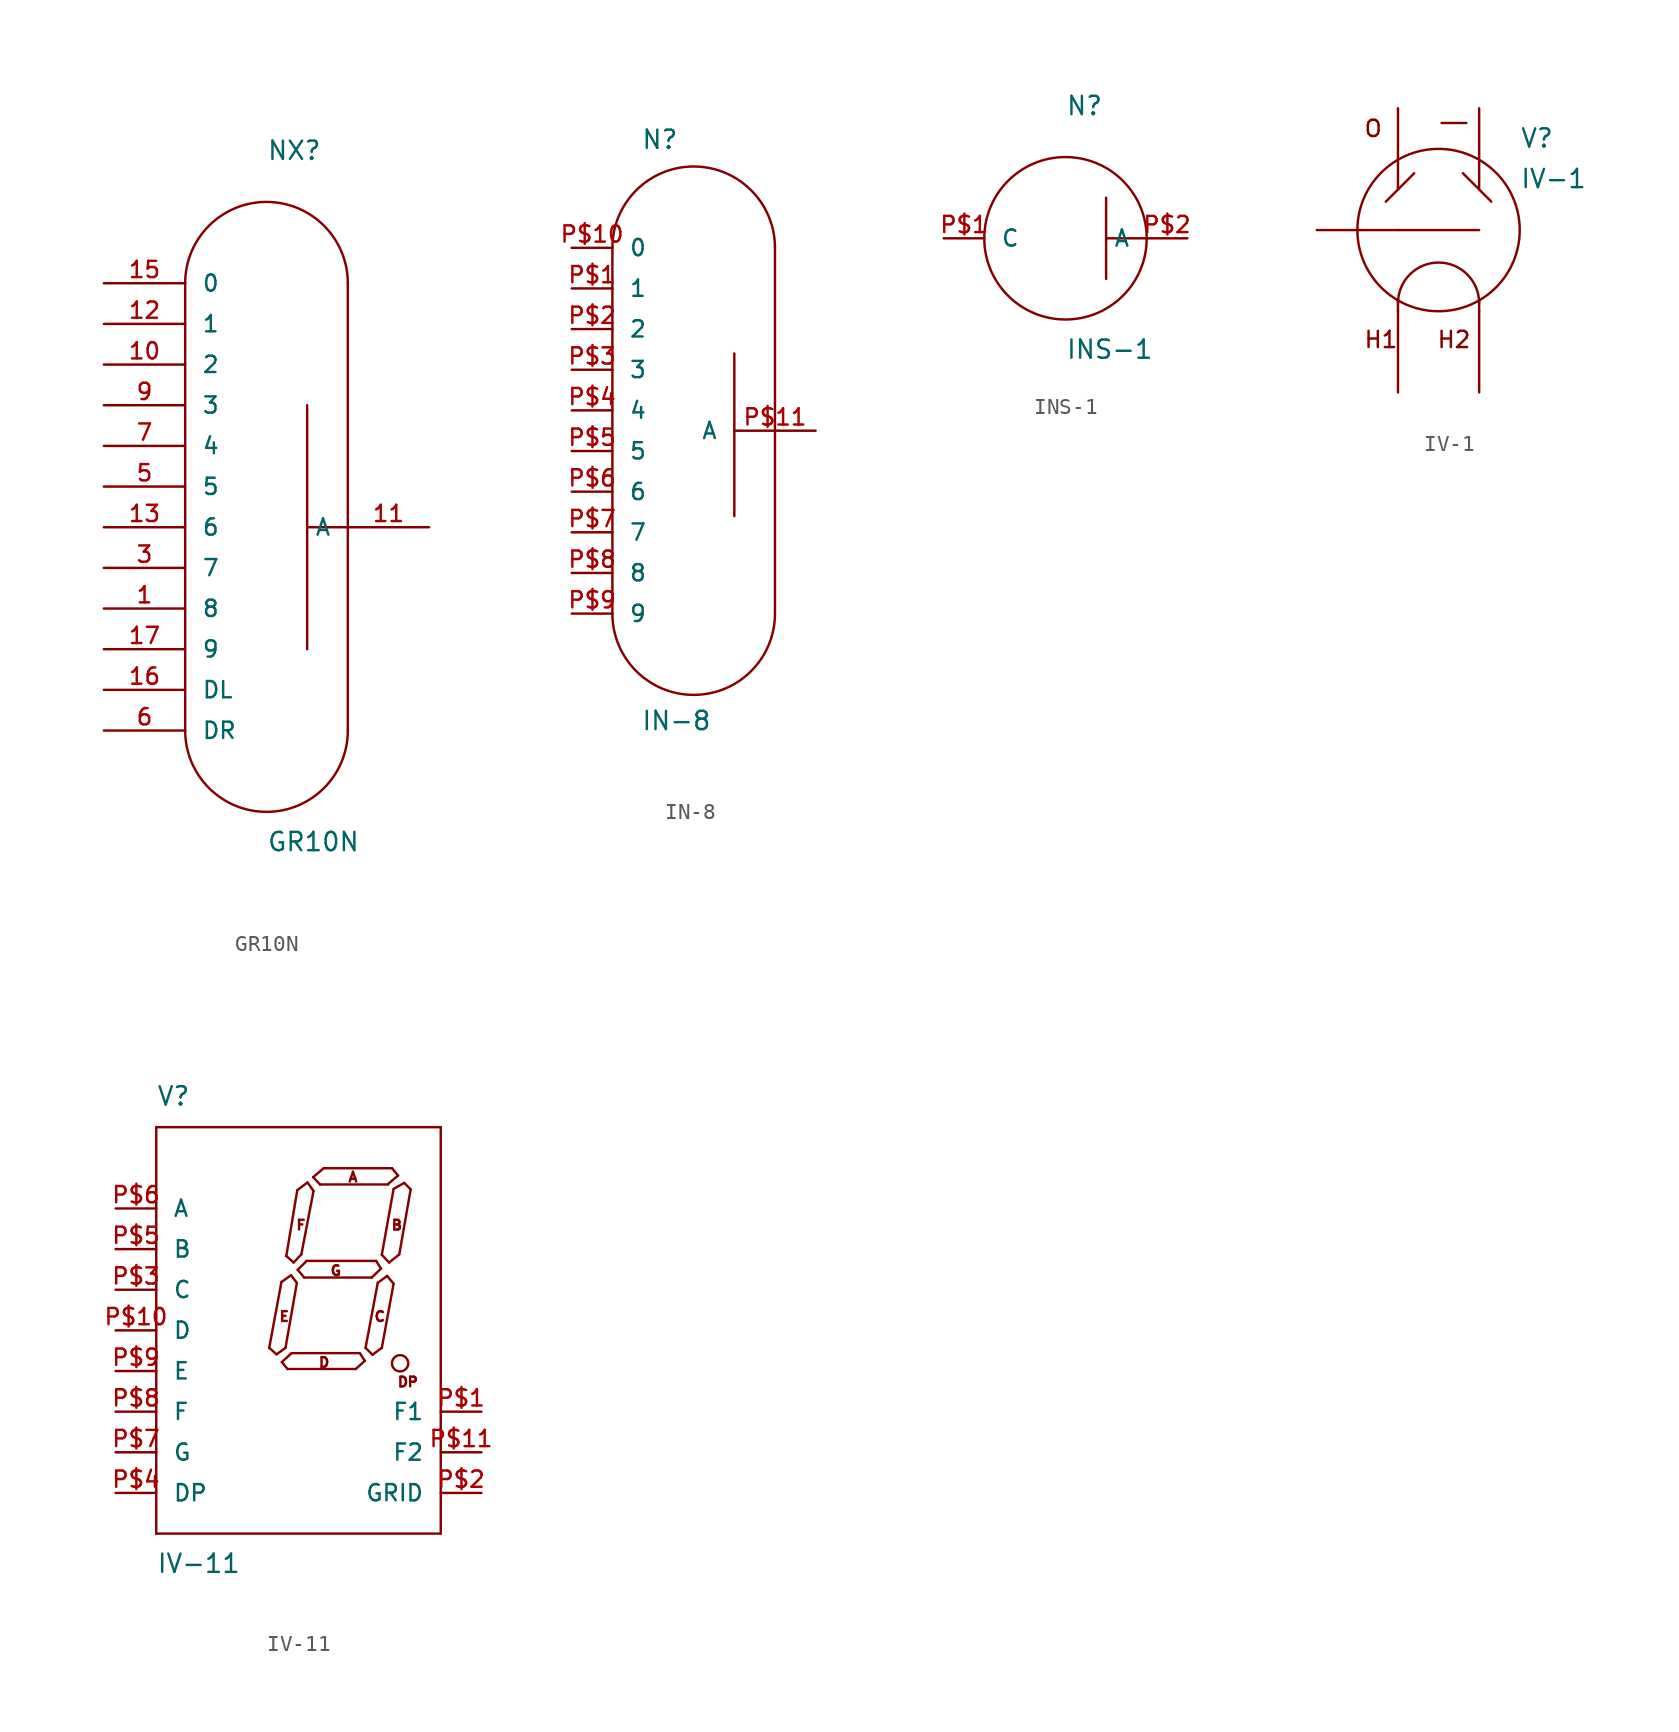
<source format=kicad_sym>
(kicad_symbol_lib
  (version 20241209)
  (generator "kicad_symbol_editor")
  (generator_version "9.0")
  (symbol "GR10N"
    (pin_names
      (offset 1.016))
    (property "Reference" "NX"
      (at 0 22.86 0)
      (effects (font (size 1.143 1.143)) (justify left bottom)))
    (property "Value" "GR10N"
      (at 0 -20.32 0)
      (effects (font (size 1.143 1.143)) (justify left bottom)))
    (property "ki_locked" ""
      (at 0 0 0)
      (effects (font (size 1.27 1.27))))
    (symbol "GR10N_1_0"
      (polyline (pts (xy -5.08 15.24) (xy -5.08 -12.7)) (stroke (width 0) (type default)) (fill (type none)))
      (polyline (pts (xy 2.54 -7.62) (xy 2.54 7.62)) (stroke (width 0) (type default)) (fill (type none)))
      (polyline (pts (xy 5.08 15.24) (xy 5.08 -12.7)) (stroke (width 0) (type default)) (fill (type none)))
      (polyline (pts (xy 5.08 0) (xy 2.54 0)) (stroke (width 0) (type default)) (fill (type none))))
    (symbol "GR10N_1_1"
      (arc (start -5.08 15.24) (mid 0 20.2978) (end 5.08 15.24) (stroke (width 0) (type default)) (fill (type none)))
      (arc (start 5.08 -12.7) (mid 0 -17.7578) (end -5.08 -12.7) (stroke (width 0) (type default)) (fill (type none)))
      (pin passive line (at -10.16 15.24 0) (length 5.08) (name "0" (effects (font (size 1.016 1.016)))) (number "15" (effects (font (size 1.016 1.016)))))
      (pin passive line (at -10.16 12.7 0) (length 5.08) (name "1" (effects (font (size 1.016 1.016)))) (number "12" (effects (font (size 1.016 1.016)))))
      (pin passive line (at -10.16 10.16 0) (length 5.08) (name "2" (effects (font (size 1.016 1.016)))) (number "10" (effects (font (size 1.016 1.016)))))
      (pin passive line (at -10.16 7.62 0) (length 5.08) (name "3" (effects (font (size 1.016 1.016)))) (number "9" (effects (font (size 1.016 1.016)))))
      (pin passive line (at -10.16 5.08 0) (length 5.08) (name "4" (effects (font (size 1.016 1.016)))) (number "7" (effects (font (size 1.016 1.016)))))
      (pin passive line (at -10.16 2.54 0) (length 5.08) (name "5" (effects (font (size 1.016 1.016)))) (number "5" (effects (font (size 1.016 1.016)))))
      (pin passive line (at -10.16 0 0) (length 5.08) (name "6" (effects (font (size 1.016 1.016)))) (number "13" (effects (font (size 1.016 1.016)))))
      (pin passive line (at -10.16 -2.54 0) (length 5.08) (name "7" (effects (font (size 1.016 1.016)))) (number "3" (effects (font (size 1.016 1.016)))))
      (pin passive line (at -10.16 -5.08 0) (length 5.08) (name "8" (effects (font (size 1.016 1.016)))) (number "1" (effects (font (size 1.016 1.016)))))
      (pin passive line (at -10.16 -7.62 0) (length 5.08) (name "9" (effects (font (size 1.016 1.016)))) (number "17" (effects (font (size 1.016 1.016)))))
      (pin passive line (at -10.16 -10.16 0) (length 5.08) (name "DL" (effects (font (size 1.016 1.016)))) (number "16" (effects (font (size 1.016 1.016)))))
      (pin passive line (at -10.16 -12.7 0) (length 5.08) (name "DR" (effects (font (size 1.016 1.016)))) (number "6" (effects (font (size 1.016 1.016)))))
      (pin passive line (at 10.16 0 180) (length 5.08) (name "A" (effects (font (size 1.016 1.016)))) (number "11" (effects (font (size 1.016 1.016)))))))
  (symbol "IN-8"
    (pin_names
      (offset 1.016))
    (property "Reference" "N"
      (at -38.862 41.656 0)
      (effects (font (size 1.143 1.143)) (justify left bottom)))
    (property "Value" "IN-8"
      (at -38.862 5.334 0)
      (effects (font (size 1.143 1.143)) (justify left bottom)))
    (property "ki_locked" ""
      (at 0 0 0)
      (effects (font (size 1.27 1.27))))
    (symbol "IN-8_1_0"
      (polyline (pts (xy -40.64 35.56) (xy -40.64 12.7)) (stroke (width 0) (type default)) (fill (type none)))
      (polyline (pts (xy -33.02 28.956) (xy -33.02 18.796)) (stroke (width 0) (type default)) (fill (type none)))
      (polyline (pts (xy -30.48 35.56) (xy -30.48 12.7)) (stroke (width 0) (type default)) (fill (type none))))
    (symbol "IN-8_1_1"
      (arc (start -40.64 35.56) (mid -35.56 40.6178) (end -30.48 35.56) (stroke (width 0) (type default)) (fill (type none)))
      (arc (start -30.48 12.7) (mid -35.56 7.6421) (end -40.64 12.7) (stroke (width 0) (type default)) (fill (type none)))
      (pin passive line (at -43.18 35.56 0) (length 2.54) (name "0" (effects (font (size 1.016 1.016)))) (number "P$10" (effects (font (size 1.016 1.016)))))
      (pin passive line (at -43.18 33.02 0) (length 2.54) (name "1" (effects (font (size 1.016 1.016)))) (number "P$1" (effects (font (size 1.016 1.016)))))
      (pin passive line (at -43.18 30.48 0) (length 2.54) (name "2" (effects (font (size 1.016 1.016)))) (number "P$2" (effects (font (size 1.016 1.016)))))
      (pin passive line (at -43.18 27.94 0) (length 2.54) (name "3" (effects (font (size 1.016 1.016)))) (number "P$3" (effects (font (size 1.016 1.016)))))
      (pin passive line (at -43.18 25.4 0) (length 2.54) (name "4" (effects (font (size 1.016 1.016)))) (number "P$4" (effects (font (size 1.016 1.016)))))
      (pin passive line (at -43.18 22.86 0) (length 2.54) (name "5" (effects (font (size 1.016 1.016)))) (number "P$5" (effects (font (size 1.016 1.016)))))
      (pin passive line (at -43.18 20.32 0) (length 2.54) (name "6" (effects (font (size 1.016 1.016)))) (number "P$6" (effects (font (size 1.016 1.016)))))
      (pin passive line (at -43.18 17.78 0) (length 2.54) (name "7" (effects (font (size 1.016 1.016)))) (number "P$7" (effects (font (size 1.016 1.016)))))
      (pin passive line (at -43.18 15.24 0) (length 2.54) (name "8" (effects (font (size 1.016 1.016)))) (number "P$8" (effects (font (size 1.016 1.016)))))
      (pin passive line (at -43.18 12.7 0) (length 2.54) (name "9" (effects (font (size 1.016 1.016)))) (number "P$9" (effects (font (size 1.016 1.016)))))
      (pin passive line (at -27.94 24.13 180) (length 5.08) (name "A" (effects (font (size 1.016 1.016)))) (number "P$11" (effects (font (size 1.016 1.016)))))))
  (symbol "INS-1"
    (pin_names
      (offset 1.016))
    (property "Reference" "N"
      (at 0 7.62 0)
      (effects (font (size 1.143 1.143)) (justify left bottom)))
    (property "Value" "INS-1"
      (at 0 -7.62 0)
      (effects (font (size 1.143 1.143)) (justify left bottom)))
    (property "ki_locked" ""
      (at 0 0 0)
      (effects (font (size 1.27 1.27))))
    (symbol "INS-1_1_0"
      (polyline (pts (xy 2.54 0) (xy 2.54 2.54)) (stroke (width 0) (type default)) (fill (type none)))
      (polyline (pts (xy 2.54 0) (xy 5.08 0)) (stroke (width 0) (type default)) (fill (type none)))
      (polyline (pts (xy 2.54 -2.54) (xy 2.54 0)) (stroke (width 0) (type default)) (fill (type none))))
    (symbol "INS-1_1_1"
      (circle (center 0 0) (radius 5.08) (stroke (width 0) (type default)) (fill (type none)))
      (pin passive line (at -7.62 0 0) (length 2.54) (name "C" (effects (font (size 1.016 1.016)))) (number "P$1" (effects (font (size 1.016 1.016)))))
      (pin passive line (at 7.62 0 180) (length 2.54) (name "A" (effects (font (size 1.016 1.016)))) (number "P$2" (effects (font (size 1.016 1.016)))))))
  (symbol "IV-1"
    (pin_numbers
      (hide yes))
    (pin_names
      (offset 1.016)
      (hide yes))
    (property "Reference" "V"
      (at 5.08 5.08 0)
      (effects (font (size 1.143 1.143)) (justify left bottom)))
    (property "Value" "IV-1"
      (at 5.08 2.54 0)
      (effects (font (size 1.143 1.143)) (justify left bottom)))
    (property "ki_locked" ""
      (at 0 0 0)
      (effects (font (size 1.27 1.27))))
    (symbol "IV-1_1_0"
      (polyline (pts (xy -3.302 1.778) (xy -1.524 3.556)) (stroke (width 0) (type default)) (fill (type none)))
      (polyline (pts (xy -2.54 0) (xy 2.54 0)) (stroke (width 0) (type default)) (fill (type none)))
      (polyline (pts (xy -2.54 -5.08) (xy -2.54 -4.318)) (stroke (width 0) (type default)) (fill (type none)))
      (polyline (pts (xy 1.524 3.556) (xy 3.302 1.778)) (stroke (width 0) (type default)) (fill (type none)))
      (polyline (pts (xy 2.54 -5.08) (xy 2.54 -4.318)) (stroke (width 0) (type default)) (fill (type none)))
      (text "O" (at -4.089 6.35 0) (effects (font (size 1.016 1.016))))
      (text "H1" (at -3.607 -6.858 0) (effects (font (size 1.016 1.016))))
      (text "-" (at 0.965 6.858 0) (effects (font (size 2.032 2.032))))
      (text "H2" (at 0.965 -6.858 0) (effects (font (size 1.016 1.016)))))
    (symbol "IV-1_1_1"
      (circle (center 0 0) (radius 5.08) (stroke (width 0) (type default)) (fill (type none)))
      (arc (start -2.54 -4.572) (mid 0 -2.043) (end 2.54 -4.572) (stroke (width 0) (type default)) (fill (type none)))
      (pin passive line (at -7.62 0 0) (length 5.08) (name "G" (effects (font (size 1.016 1.016)))) (number "G" (effects (font (size 1.016 1.016)))))
      (pin passive line (at -2.54 7.62 270) (length 5.08) (name "O" (effects (font (size 1.016 1.016)))) (number "O" (effects (font (size 1.016 1.016)))))
      (pin passive line (at -2.54 -10.16 90) (length 5.08) (name "H1" (effects (font (size 1.016 1.016)))) (number "F1" (effects (font (size 1.016 1.016)))))
      (pin passive line (at 2.54 7.62 270) (length 5.08) (name "-" (effects (font (size 1.016 1.016)))) (number "-" (effects (font (size 1.016 1.016)))))
      (pin passive line (at 2.54 -10.16 90) (length 5.08) (name "H2" (effects (font (size 1.016 1.016)))) (number "F2" (effects (font (size 1.016 1.016)))))))
  (symbol "IV-11"
    (pin_names
      (offset 1.016))
    (property "Reference" "V"
      (at -10.16 16.51 0)
      (effects (font (size 1.143 1.143)) (justify left bottom)))
    (property "Value" "IV-11"
      (at -10.16 -12.7 0)
      (effects (font (size 1.143 1.143)) (justify left bottom)))
    (property "ki_locked" ""
      (at 0 0 0)
      (effects (font (size 1.27 1.27))))
    (symbol "IV-11_1_0"
      (polyline (pts (xy -10.16 15.24) (xy 7.62 15.24)) (stroke (width 0) (type default)) (fill (type none)))
      (polyline (pts (xy -10.16 -10.16) (xy -10.16 15.24)) (stroke (width 0) (type default)) (fill (type none)))
      (polyline (pts (xy -3.099 1.448) (xy -2.337 5.563)) (stroke (width 0) (type default)) (fill (type none)))
      (polyline (pts (xy -2.642 1.041) (xy -3.099 1.448)) (stroke (width 0) (type default)) (fill (type none)))
      (polyline (pts (xy -2.337 5.563) (xy -1.727 5.994)) (stroke (width 0) (type default)) (fill (type none)))
      (polyline (pts (xy -2.311 0.559) (xy -1.702 1.118)) (stroke (width 0) (type default)) (fill (type none)))
      (polyline (pts (xy -2.083 1.448) (xy -2.642 1.041)) (stroke (width 0) (type default)) (fill (type none)))
      (polyline (pts (xy -2.032 7.188) (xy -1.346 11.303)) (stroke (width 0) (type default)) (fill (type none)))
      (polyline (pts (xy -1.956 0.127) (xy -2.311 0.559)) (stroke (width 0) (type default)) (fill (type none)))
      (polyline (pts (xy -1.727 5.969) (xy -1.372 5.512)) (stroke (width 0) (type default)) (fill (type none)))
      (polyline (pts (xy -1.702 1.118) (xy 2.515 1.118)) (stroke (width 0) (type default)) (fill (type none)))
      (polyline (pts (xy -1.575 6.782) (xy -2.032 7.188)) (stroke (width 0) (type default)) (fill (type none)))
      (polyline (pts (xy -1.372 5.512) (xy -2.083 1.448)) (stroke (width 0) (type default)) (fill (type none)))
      (polyline (pts (xy -1.346 11.303) (xy -0.711 11.786)) (stroke (width 0) (type default)) (fill (type none)))
      (polyline (pts (xy -1.321 6.325) (xy -0.762 6.883)) (stroke (width 0) (type default)) (fill (type none)))
      (polyline (pts (xy -1.092 7.29) (xy -1.575 6.782)) (stroke (width 0) (type default)) (fill (type none)))
      (polyline (pts (xy -0.914 5.842) (xy -1.321 6.325)) (stroke (width 0) (type default)) (fill (type none)))
      (polyline (pts (xy -0.762 6.883) (xy 3.581 6.883)) (stroke (width 0) (type default)) (fill (type none)))
      (polyline (pts (xy -0.711 11.786) (xy -0.33 11.252)) (stroke (width 0) (type default)) (fill (type none)))
      (polyline (pts (xy -0.356 12.116) (xy 0.305 12.675)) (stroke (width 0) (type default)) (fill (type none)))
      (polyline (pts (xy -0.33 11.252) (xy -1.092 7.29)) (stroke (width 0) (type default)) (fill (type none)))
      (polyline (pts (xy 0.076 11.659) (xy -0.356 12.116)) (stroke (width 0) (type default)) (fill (type none)))
      (polyline (pts (xy 0.305 12.675) (xy 4.572 12.675)) (stroke (width 0) (type default)) (fill (type none)))
      (polyline (pts (xy 2.311 0.127) (xy -1.956 0.127)) (stroke (width 0) (type default)) (fill (type none)))
      (polyline (pts (xy 2.565 1.118) (xy 2.87 0.635)) (stroke (width 0) (type default)) (fill (type none)))
      (polyline (pts (xy 2.87 0.635) (xy 2.311 0.127)) (stroke (width 0) (type default)) (fill (type none)))
      (polyline (pts (xy 2.921 1.448) (xy 3.683 5.512)) (stroke (width 0) (type default)) (fill (type none)))
      (polyline (pts (xy 3.302 5.842) (xy -0.914 5.842)) (stroke (width 0) (type default)) (fill (type none)))
      (polyline (pts (xy 3.302 5.842) (xy 3.302 5.842)) (stroke (width 0) (type default)) (fill (type none)))
      (polyline (pts (xy 3.353 1.016) (xy 2.921 1.448)) (stroke (width 0) (type default)) (fill (type none)))
      (polyline (pts (xy 3.581 6.883) (xy 3.886 6.401)) (stroke (width 0) (type default)) (fill (type none)))
      (polyline (pts (xy 3.683 5.512) (xy 4.267 5.944)) (stroke (width 0) (type default)) (fill (type none)))
      (polyline (pts (xy 3.886 6.401) (xy 3.302 5.842)) (stroke (width 0) (type default)) (fill (type none)))
      (polyline (pts (xy 3.937 7.264) (xy 4.674 11.379)) (stroke (width 0) (type default)) (fill (type none)))
      (polyline (pts (xy 3.937 1.448) (xy 3.353 1.016)) (stroke (width 0) (type default)) (fill (type none)))
      (polyline (pts (xy 4.267 5.944) (xy 4.674 5.461)) (stroke (width 0) (type default)) (fill (type none)))
      (polyline (pts (xy 4.343 11.659) (xy 0.076 11.659)) (stroke (width 0) (type default)) (fill (type none)))
      (polyline (pts (xy 4.394 6.782) (xy 3.937 7.264)) (stroke (width 0) (type default)) (fill (type none)))
      (polyline (pts (xy 4.572 12.675) (xy 4.953 12.217)) (stroke (width 0) (type default)) (fill (type none)))
      (polyline (pts (xy 4.674 11.379) (xy 5.334 11.76)) (stroke (width 0) (type default)) (fill (type none)))
      (polyline (pts (xy 4.674 5.461) (xy 3.937 1.448)) (stroke (width 0) (type default)) (fill (type none)))
      (polyline (pts (xy 4.953 12.217) (xy 4.318 11.684)) (stroke (width 0) (type default)) (fill (type none)))
      (polyline (pts (xy 5.029 7.29) (xy 4.394 6.782)) (stroke (width 0) (type default)) (fill (type none)))
      (polyline (pts (xy 5.334 11.76) (xy 5.74 11.354)) (stroke (width 0) (type default)) (fill (type none)))
      (polyline (pts (xy 5.74 11.354) (xy 5.029 7.29)) (stroke (width 0) (type default)) (fill (type none)))
      (polyline (pts (xy 7.62 15.24) (xy 7.62 -10.16)) (stroke (width 0) (type default)) (fill (type none)))
      (polyline (pts (xy 7.62 -10.16) (xy -10.16 -10.16)) (stroke (width 0) (type default)) (fill (type none)))
      (text "E" (at -2.159 3.404 0) (effects (font (size 0.61 0.61))))
      (text "F" (at -1.118 9.119 0) (effects (font (size 0.61 0.61))))
      (text "D" (at 0.33 0.533 0) (effects (font (size 0.61 0.61))))
      (text "G" (at 1.067 6.274 0) (effects (font (size 0.61 0.61))))
      (text "A" (at 2.134 12.116 0) (effects (font (size 0.61 0.61))))
      (text "C" (at 3.81 3.404 0) (effects (font (size 0.61 0.61))))
      (text "B" (at 4.877 9.119 0) (effects (font (size 0.61 0.61))))
      (text "DP" (at 5.563 -0.686 0) (effects (font (size 0.61 0.61)))))
    (symbol "IV-11_1_1"
      (circle (center 5.08 0.483) (radius 0.508) (stroke (width 0) (type default)) (fill (type none)))
      (pin passive line (at -12.7 10.16 0) (length 2.54) (name "A" (effects (font (size 1.016 1.016)))) (number "P$6" (effects (font (size 1.016 1.016)))))
      (pin passive line (at -12.7 7.62 0) (length 2.54) (name "B" (effects (font (size 1.016 1.016)))) (number "P$5" (effects (font (size 1.016 1.016)))))
      (pin passive line (at -12.7 5.08 0) (length 2.54) (name "C" (effects (font (size 1.016 1.016)))) (number "P$3" (effects (font (size 1.016 1.016)))))
      (pin passive line (at -12.7 2.54 0) (length 2.54) (name "D" (effects (font (size 1.016 1.016)))) (number "P$10" (effects (font (size 1.016 1.016)))))
      (pin passive line (at -12.7 0 0) (length 2.54) (name "E" (effects (font (size 1.016 1.016)))) (number "P$9" (effects (font (size 1.016 1.016)))))
      (pin passive line (at -12.7 -2.54 0) (length 2.54) (name "F" (effects (font (size 1.016 1.016)))) (number "P$8" (effects (font (size 1.016 1.016)))))
      (pin passive line (at -12.7 -5.08 0) (length 2.54) (name "G" (effects (font (size 1.016 1.016)))) (number "P$7" (effects (font (size 1.016 1.016)))))
      (pin passive line (at -12.7 -7.62 0) (length 2.54) (name "DP" (effects (font (size 1.016 1.016)))) (number "P$4" (effects (font (size 1.016 1.016)))))
      (pin passive line (at 10.16 -2.54 180) (length 2.54) (name "F1" (effects (font (size 1.016 1.016)))) (number "P$1" (effects (font (size 1.016 1.016)))))
      (pin passive line (at 10.16 -5.08 180) (length 2.54) (name "F2" (effects (font (size 1.016 1.016)))) (number "P$11" (effects (font (size 1.016 1.016)))))
      (pin passive line (at 10.16 -7.62 180) (length 2.54) (name "GRID" (effects (font (size 1.016 1.016)))) (number "P$2" (effects (font (size 1.016 1.016))))))))
</source>
